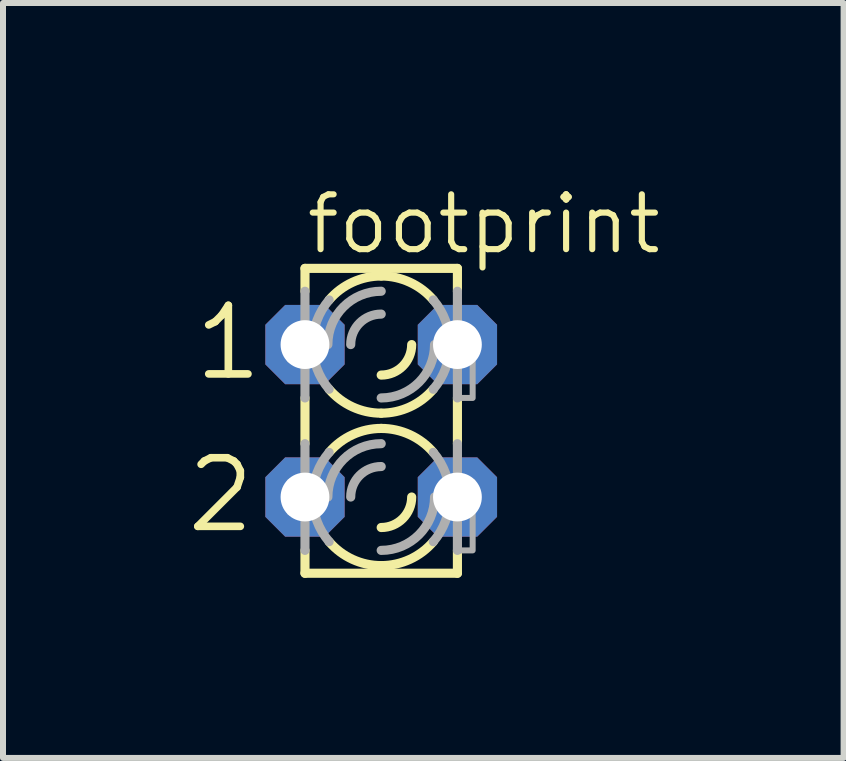
<source format=kicad_pcb>
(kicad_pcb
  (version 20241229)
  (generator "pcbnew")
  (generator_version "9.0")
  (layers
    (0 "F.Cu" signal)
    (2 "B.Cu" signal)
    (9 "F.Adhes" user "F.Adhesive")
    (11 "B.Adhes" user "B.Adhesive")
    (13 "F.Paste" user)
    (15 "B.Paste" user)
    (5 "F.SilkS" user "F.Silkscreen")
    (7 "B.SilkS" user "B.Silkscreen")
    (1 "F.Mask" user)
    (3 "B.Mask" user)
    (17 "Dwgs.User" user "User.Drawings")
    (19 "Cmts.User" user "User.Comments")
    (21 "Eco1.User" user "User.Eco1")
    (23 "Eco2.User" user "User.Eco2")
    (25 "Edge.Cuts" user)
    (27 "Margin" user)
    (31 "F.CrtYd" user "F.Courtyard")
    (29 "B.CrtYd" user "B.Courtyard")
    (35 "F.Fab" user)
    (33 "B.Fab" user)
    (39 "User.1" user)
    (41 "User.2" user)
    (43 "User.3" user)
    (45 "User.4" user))
  (footprint "footprint"
    (layer "F.Cu")
    (at 3.302 3.962)
    (property "Reference" "footprint" (at -1.295 -2.743 0) (layer "F.SilkS") (effects (font (size 0.914 0.914) (thickness 0.102)) (justify left bottom)))
    (fp_line (start -1.27 -2.54) (end -1.27 -2.159) (stroke (width 0.152) (type solid)) (layer "F.SilkS"))
    (fp_line (start -1.27 -2.54) (end 1.27 -2.54) (stroke (width 0.152) (type solid)) (layer "F.SilkS"))
    (fp_line (start -1.27 -0.381) (end -1.27 0.381) (stroke (width 0.152) (type solid)) (layer "F.SilkS"))
    (fp_line (start -1.27 2.54) (end -1.27 2.159) (stroke (width 0.152) (type solid)) (layer "F.SilkS"))
    (fp_line (start -1.27 2.54) (end 1.27 2.54) (stroke (width 0.152) (type solid)) (layer "F.SilkS"))
    (fp_line (start 1.27 -2.54) (end 1.27 -2.159) (stroke (width 0.152) (type solid)) (layer "F.SilkS"))
    (fp_line (start 1.27 -0.381) (end 1.27 0.381) (stroke (width 0.152) (type solid)) (layer "F.SilkS"))
    (fp_line (start 1.27 2.54) (end 1.27 2.159) (stroke (width 0.152) (type solid)) (layer "F.SilkS"))
    (fp_arc (start -0.8678 -2.0139) (mid -0.477588 -2.308445) (end 0 -2.413001) (stroke (width 0.1524) (type solid)) (layer "F.SilkS"))
    (fp_arc (start -0.8678 0.5261) (mid -0.477588 0.231555) (end -0.000001 0.126999) (stroke (width 0.1524) (type solid)) (layer "F.SilkS"))
    (fp_arc (start -0.000001 -0.126999) (mid -0.477588 -0.231555) (end -0.8678 -0.5261) (stroke (width 0.1524) (type solid)) (layer "F.SilkS"))
    (fp_arc (start 0 -2.413) (mid 0.477588 -2.308444) (end 0.8678 -2.013899) (stroke (width 0.1524) (type solid)) (layer "F.SilkS"))
    (fp_arc (start 0 0.127) (mid 0.477587 0.231556) (end 0.867799 0.5261) (stroke (width 0.1524) (type solid)) (layer "F.SilkS"))
    (fp_arc (start 0 2.413001) (mid -0.477588 2.308445) (end -0.8678 2.0139) (stroke (width 0.1524) (type solid)) (layer "F.SilkS"))
    (fp_arc (start 0.508 -1.27) (mid 0.35921 -0.91079) (end 0 -0.762) (stroke (width 0.1524) (type solid)) (layer "F.SilkS"))
    (fp_arc (start 0.508 1.27) (mid 0.35921 1.62921) (end 0 1.778) (stroke (width 0.1524) (type solid)) (layer "F.SilkS"))
    (fp_arc (start 0.867799 -0.5261) (mid 0.477587 -0.231556) (end 0 -0.127) (stroke (width 0.1524) (type solid)) (layer "F.SilkS"))
    (fp_arc (start 0.8678 2.013899) (mid 0.477588 2.308444) (end 0 2.413) (stroke (width 0.1524) (type solid)) (layer "F.SilkS"))
    (fp_line (start -1.27 -0.381) (end -1.27 -2.159) (stroke (width 0.152) (type solid)) (layer "F.Fab"))
    (fp_line (start -1.27 2.159) (end -1.27 0.381) (stroke (width 0.152) (type solid)) (layer "F.Fab"))
    (fp_line (start 1.27 -2.159) (end 1.27 -0.381) (stroke (width 0.152) (type solid)) (layer "F.Fab"))
    (fp_line (start 1.27 0.381) (end 1.27 2.159) (stroke (width 0.152) (type solid)) (layer "F.Fab"))
    (fp_arc (start -1.143 -1.27) (mid -1.071949 -1.666597) (end -0.8677 -2.0139) (stroke (width 0.1524) (type solid)) (layer "F.Fab"))
    (fp_arc (start -1.143 1.27) (mid -1.071997 0.873413) (end -0.867801 0.5261) (stroke (width 0.1524) (type solid)) (layer "F.Fab"))
    (fp_arc (start -0.889 -1.27) (mid -0.628618 -1.898618) (end 0 -2.159) (stroke (width 0.1524) (type solid)) (layer "F.Fab"))
    (fp_arc (start -0.889 1.27) (mid -0.628618 0.641382) (end 0 0.381) (stroke (width 0.1524) (type solid)) (layer "F.Fab"))
    (fp_arc (start -0.867801 -0.5261) (mid -1.071997 -0.873413) (end -1.143 -1.27) (stroke (width 0.1524) (type solid)) (layer "F.Fab"))
    (fp_arc (start -0.8677 2.0139) (mid -1.071949 1.666597) (end -1.143 1.27) (stroke (width 0.1524) (type solid)) (layer "F.Fab"))
    (fp_arc (start -0.508 -1.27) (mid -0.35921 -1.62921) (end 0 -1.778) (stroke (width 0.1524) (type solid)) (layer "F.Fab"))
    (fp_arc (start -0.508 1.27) (mid -0.35921 0.91079) (end 0 0.762) (stroke (width 0.1524) (type solid)) (layer "F.Fab"))
    (fp_arc (start 0.8678 -2.0139) (mid 1.072043 -1.666595) (end 1.1431 -1.27) (stroke (width 0.1524) (type solid)) (layer "F.Fab"))
    (fp_arc (start 0.8678 0.5261) (mid 1.071949 0.873421) (end 1.1429 1.27) (stroke (width 0.1524) (type solid)) (layer "F.Fab"))
    (fp_arc (start 0.889 -1.27) (mid 0.628618 -0.641382) (end 0 -0.381) (stroke (width 0.1524) (type solid)) (layer "F.Fab"))
    (fp_arc (start 0.889 1.27) (mid 0.628618 1.898618) (end 0 2.159) (stroke (width 0.1524) (type solid)) (layer "F.Fab"))
    (fp_arc (start 1.1429 -1.27) (mid 1.071949 -0.873421) (end 0.8678 -0.5261) (stroke (width 0.1524) (type solid)) (layer "F.Fab"))
    (fp_arc (start 1.1431 1.27) (mid 1.072043 1.666594) (end 0.8678 2.0139) (stroke (width 0.1524) (type solid)) (layer "F.Fab"))
    (fp_poly (pts (xy -1.524 -1.016) (xy -1.27 -1.016) (xy -1.27 -1.524) (xy -1.524 -1.524)) (stroke (width 0.1) (type solid)) (fill no) (layer "F.Fab"))
    (fp_poly (pts (xy -1.524 1.524) (xy -1.27 1.524) (xy -1.27 1.016) (xy -1.524 1.016)) (stroke (width 0.1) (type solid)) (fill no) (layer "F.Fab"))
    (fp_poly (pts (xy 1.27 -0.381) (xy 1.524 -0.381) (xy 1.524 -1.524) (xy 1.27 -1.524)) (stroke (width 0.1) (type solid)) (fill no) (layer "F.Fab"))
    (fp_poly (pts (xy 1.27 2.159) (xy 1.524 2.159) (xy 1.524 1.016) (xy 1.27 1.016)) (stroke (width 0.1) (type solid)) (fill no) (layer "F.Fab"))
    (fp_text user "2" (at -3.302 1.905 0) (layer "F.SilkS") (effects (font (size 1.143 1.143) (thickness 0.127)) (justify left bottom)))
    (fp_text user "1" (at -3.175 -0.635 0) (layer "F.SilkS") (effects (font (size 1.143 1.143) (thickness 0.127)) (justify left bottom)))
    (pad "A1" thru_hole roundrect (at -1.27 -1.27) (size 1.321 1.321) (drill 0.813) (layers "*.Cu" "*.Mask") (roundrect_rratio 0.25) (chamfer_ratio 0.25) (chamfer top_left top_right bottom_left bottom_right))
    (pad "A2" thru_hole roundrect (at -1.27 1.27) (size 1.321 1.321) (drill 0.813) (layers "*.Cu" "*.Mask") (roundrect_rratio 0.25) (chamfer_ratio 0.25) (chamfer top_left top_right bottom_left bottom_right))
    (pad "K1" thru_hole roundrect (at 1.27 -1.27) (size 1.321 1.321) (drill 0.813) (layers "*.Cu" "*.Mask") (roundrect_rratio 0.25) (chamfer_ratio 0.25) (chamfer top_left top_right bottom_left bottom_right))
    (pad "K2" thru_hole roundrect (at 1.27 1.27) (size 1.321 1.321) (drill 0.813) (layers "*.Cu" "*.Mask") (roundrect_rratio 0.25) (chamfer_ratio 0.25) (chamfer top_left top_right bottom_left bottom_right)))
  (gr_rect
    (start -3 -3)
    (end 11.007 9.579)
    (stroke (width 0.1) (type default))
    (fill no)
    (layer "Edge.Cuts")))
</source>
